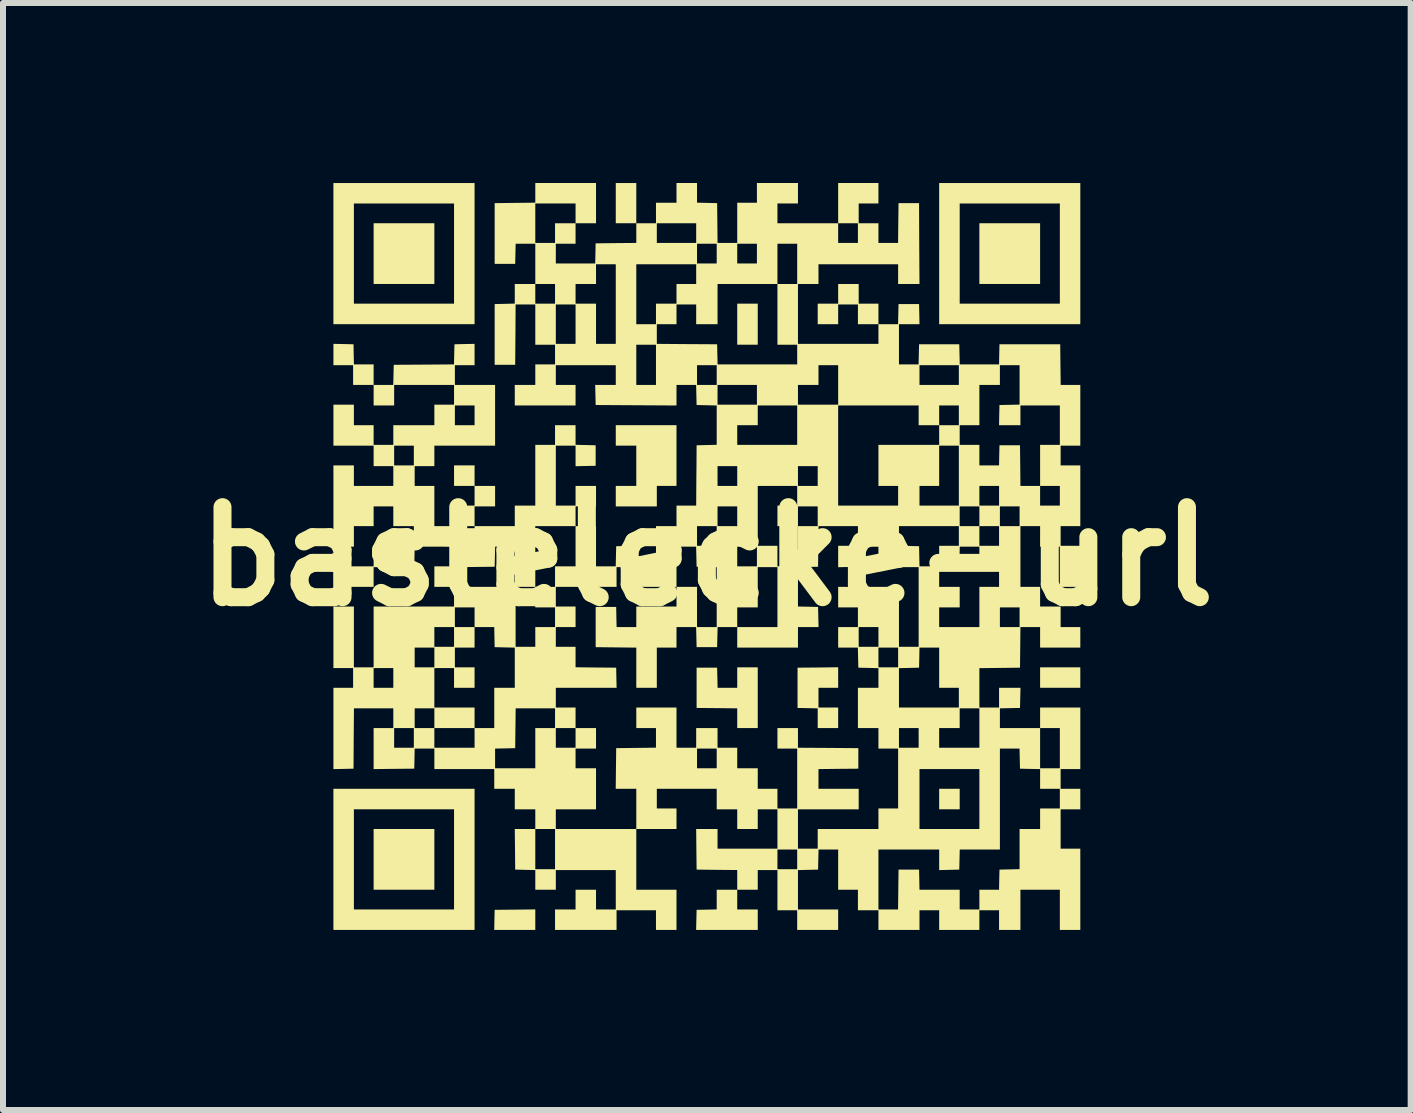
<source format=kicad_pcb>
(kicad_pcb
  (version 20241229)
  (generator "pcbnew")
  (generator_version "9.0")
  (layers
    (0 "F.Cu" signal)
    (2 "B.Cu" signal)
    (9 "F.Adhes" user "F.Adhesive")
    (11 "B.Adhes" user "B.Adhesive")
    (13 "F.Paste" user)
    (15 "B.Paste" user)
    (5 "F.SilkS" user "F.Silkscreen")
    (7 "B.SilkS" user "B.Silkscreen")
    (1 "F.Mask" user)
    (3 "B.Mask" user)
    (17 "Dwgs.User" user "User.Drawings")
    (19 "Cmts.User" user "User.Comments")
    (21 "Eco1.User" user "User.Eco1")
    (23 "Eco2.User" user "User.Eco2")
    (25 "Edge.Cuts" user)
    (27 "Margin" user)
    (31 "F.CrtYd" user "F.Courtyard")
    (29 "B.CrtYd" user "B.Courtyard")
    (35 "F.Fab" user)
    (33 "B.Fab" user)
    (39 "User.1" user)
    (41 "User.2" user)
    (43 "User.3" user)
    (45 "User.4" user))
  (footprint "bastelecke-url"
    (layer "F.Cu")
    (at 8.729 6.223)
    (property "Reference" "bastelecke-url" (at 0 0 0) (layer "F.SilkS") (effects (font (size 1.5 1.5) (thickness 0.3))))
    (attr board_only exclude_from_pos_files exclude_from_bom)
    (fp_poly (pts (xy -4.541 -5.047) (xy -4.541 -4.541) (xy -5.047 -4.541) (xy -5.553 -4.541) (xy -5.553 -5.047) (xy -5.553 -5.553) (xy -5.047 -5.553) (xy -4.541 -5.553)) (stroke (width 0) (type solid)) (fill yes) (layer "F.SilkS"))
    (fp_poly (pts (xy -4.541 5.047) (xy -4.541 5.553) (xy -5.047 5.553) (xy -5.553 5.553) (xy -5.553 5.047) (xy -5.553 4.541) (xy -5.047 4.541) (xy -4.541 4.541)) (stroke (width 0) (type solid)) (fill yes) (layer "F.SilkS"))
    (fp_poly (pts (xy -3.871 -1.347) (xy -3.871 -1.176) (xy -4.042 -1.176) (xy -4.213 -1.176) (xy -4.213 -1.347) (xy -4.213 -1.518) (xy -4.042 -1.518) (xy -3.871 -1.518)) (stroke (width 0) (type solid)) (fill yes) (layer "F.SilkS"))
    (fp_poly (pts (xy -2.859 6.052) (xy -2.859 6.223) (xy -3.201 6.223) (xy -3.543 6.223) (xy -3.54 6.056) (xy -3.536 5.888) (xy -3.197 5.885) (xy -2.859 5.881)) (stroke (width 0) (type solid)) (fill yes) (layer "F.SilkS"))
    (fp_poly (pts (xy 0.848 -3.871) (xy 0.848 -3.529) (xy 0.677 -3.529) (xy 0.506 -3.529) (xy 0.506 -3.871) (xy 0.506 -4.213) (xy 0.677 -4.213) (xy 0.848 -4.213)) (stroke (width 0) (type solid)) (fill yes) (layer "F.SilkS"))
    (fp_poly (pts (xy 4.213 4.042) (xy 4.213 4.213) (xy 4.042 4.213) (xy 3.871 4.213) (xy 3.871 4.042) (xy 3.871 3.871) (xy 4.042 3.871) (xy 4.213 3.871)) (stroke (width 0) (type solid)) (fill yes) (layer "F.SilkS"))
    (fp_poly (pts (xy 5.553 -5.047) (xy 5.553 -4.541) (xy 5.047 -4.541) (xy 4.541 -4.541) (xy 4.541 -5.047) (xy 4.541 -5.553) (xy 5.047 -5.553) (xy 5.553 -5.553)) (stroke (width 0) (type solid)) (fill yes) (layer "F.SilkS"))
    (fp_poly (pts (xy 6.223 2.018) (xy 6.223 2.188) (xy 5.888 2.188) (xy 5.553 2.188) (xy 5.553 2.018) (xy 5.553 1.847) (xy 5.888 1.847) (xy 6.223 1.847)) (stroke (width 0) (type solid)) (fill yes) (layer "F.SilkS"))
    (fp_poly (pts (xy -3.871 -5.047) (xy -3.871 -3.871) (xy -5.047 -3.871) (xy -6.223 -3.871) (xy -6.223 -5.047) (xy -6.223 -5.882) (xy -5.882 -5.882) (xy -5.882 -5.047) (xy -5.882 -4.213) (xy -5.047 -4.213) (xy -4.213 -4.213) (xy -4.213 -5.047) (xy -4.213 -5.882) (xy -5.047 -5.882) (xy -5.882 -5.882) (xy -6.223 -5.882) (xy -6.223 -6.223) (xy -5.047 -6.223) (xy -3.871 -6.223)) (stroke (width 0) (type solid)) (fill yes) (layer "F.SilkS"))
    (fp_poly (pts (xy -3.871 5.047) (xy -3.871 6.223) (xy -5.047 6.223) (xy -6.223 6.223) (xy -6.223 5.047) (xy -6.223 4.213) (xy -5.882 4.213) (xy -5.882 5.047) (xy -5.882 5.882) (xy -5.047 5.882) (xy -4.213 5.882) (xy -4.213 5.047) (xy -4.213 4.213) (xy -5.047 4.213) (xy -5.882 4.213) (xy -6.223 4.213) (xy -6.223 3.871) (xy -5.047 3.871) (xy -3.871 3.871)) (stroke (width 0) (type solid)) (fill yes) (layer "F.SilkS"))
    (fp_poly (pts (xy 6.223 -5.047) (xy 6.223 -3.871) (xy 5.047 -3.871) (xy 3.871 -3.871) (xy 3.871 -5.047) (xy 3.871 -5.882) (xy 4.213 -5.882) (xy 4.213 -5.047) (xy 4.213 -4.213) (xy 5.047 -4.213) (xy 5.882 -4.213) (xy 5.882 -5.047) (xy 5.882 -5.882) (xy 5.047 -5.882) (xy 4.213 -5.882) (xy 3.871 -5.882) (xy 3.871 -6.223) (xy 5.047 -6.223) (xy 6.223 -6.223)) (stroke (width 0) (type solid)) (fill yes) (layer "F.SilkS"))
    (fp_poly (pts (xy -0.506 -1.682) (xy -0.506 -1.176) (xy -0.67 -1.176) (xy -0.834 -1.176) (xy -0.834 -1.005) (xy -0.834 -0.834) (xy -1.176 -0.834) (xy -1.518 -0.834) (xy -1.518 -1.005) (xy -1.518 -1.176) (xy -1.347 -1.176) (xy -1.176 -1.176) (xy -1.176 -1.511) (xy -1.176 -1.847) (xy -1.347 -1.847) (xy -1.518 -1.847) (xy -1.518 -2.018) (xy -1.518 -2.188) (xy -1.012 -2.188) (xy -0.506 -2.188)) (stroke (width 0) (type solid)) (fill yes) (layer "F.SilkS"))
    (fp_poly (pts (xy 0.848 2.353) (xy 0.848 2.859) (xy 0.677 2.859) (xy 0.506 2.859) (xy 0.506 2.695) (xy 0.506 2.531) (xy 0.168 2.527) (xy -0.171 2.524) (xy -0.171 2.188) (xy -0.171 1.853) (xy 0 1.853) (xy 0.171 1.853) (xy 0.175 2.021) (xy 0.179 2.188) (xy 0.342 2.188) (xy 0.506 2.188) (xy 0.506 2.018) (xy 0.506 1.847) (xy 0.677 1.847) (xy 0.848 1.847)) (stroke (width 0) (type solid)) (fill yes) (layer "F.SilkS"))
    (fp_poly (pts (xy 2.188 2.017) (xy 2.188 2.188) (xy 2.024 2.188) (xy 1.86 2.188) (xy 1.86 2.353) (xy 1.86 2.517) (xy 2.024 2.517) (xy 2.188 2.517) (xy 2.188 2.688) (xy 2.188 2.859) (xy 2.018 2.859) (xy 1.847 2.859) (xy 1.847 2.695) (xy 1.847 2.531) (xy 1.679 2.527) (xy 1.511 2.524) (xy 1.511 2.188) (xy 1.511 1.853) (xy 1.85 1.85) (xy 2.188 1.846)) (stroke (width 0) (type solid)) (fill yes) (layer "F.SilkS"))
    (fp_poly (pts (xy -1.847 -5.888) (xy -1.847 -5.553) (xy -2.018 -5.553) (xy -2.188 -5.553) (xy -2.188 -5.382) (xy -2.188 -5.211) (xy -2.353 -5.211) (xy -2.517 -5.211) (xy -2.517 -5.047) (xy -2.517 -4.883) (xy -2.189 -4.883) (xy -1.861 -4.883) (xy -1.857 -5.051) (xy -1.854 -5.211) (xy -0.164 -5.211) (xy -0.164 -5.047) (xy -0.164 -4.883) (xy 0 -4.883) (xy 0.164 -4.883) (xy 0.164 -5.047) (xy 0.164 -5.211) (xy 0.506 -5.211) (xy 0.506 -5.047) (xy 0.506 -4.883) (xy 0.67 -4.883) (xy 0.834 -4.883) (xy 0.834 -5.047) (xy 0.834 -5.211) (xy 0.67 -5.211) (xy 0.506 -5.211) (xy 0.164 -5.211) (xy 0 -5.211) (xy -0.164 -5.211) (xy -1.854 -5.211) (xy -1.853 -5.218) (xy -1.515 -5.222) (xy -1.176 -5.225) (xy -1.176 -5.389) (xy -1.176 -5.553) (xy -1.347 -5.553) (xy -1.518 -5.553) (xy -1.518 -5.888) (xy -1.518 -6.223) (xy -1.347 -6.223) (xy -1.176 -6.223) (xy -1.176 -5.888) (xy -1.176 -5.553) (xy -1.012 -5.553) (xy -0.848 -5.553) (xy -0.834 -5.553) (xy -0.834 -5.389) (xy -0.834 -5.225) (xy -0.506 -5.225) (xy -0.178 -5.225) (xy -0.178 -5.389) (xy -0.178 -5.553) (xy -0.506 -5.553) (xy -0.834 -5.553) (xy -0.848 -5.553) (xy -0.848 -5.724) (xy -0.848 -5.895) (xy -0.677 -5.895) (xy -0.506 -5.895) (xy -0.506 -6.059) (xy -0.506 -6.223) (xy -0.335 -6.223) (xy -0.164 -6.223) (xy -0.164 -6.06) (xy -0.164 -5.896) (xy 0.003 -5.892) (xy 0.171 -5.888) (xy 0.175 -5.557) (xy 0.178 -5.225) (xy 0.342 -5.225) (xy 0.506 -5.225) (xy 0.506 -5.56) (xy 0.506 -5.895) (xy 0.67 -5.895) (xy 0.834 -5.895) (xy 0.834 -6.059) (xy 0.834 -6.223) (xy 1.176 -6.223) (xy 1.518 -6.223) (xy 1.518 -6.053) (xy 1.518 -5.882) (xy 1.347 -5.882) (xy 1.176 -5.882) (xy 1.176 -5.717) (xy 1.176 -5.553) (xy 1.682 -5.553) (xy 2.188 -5.553) (xy 2.188 -5.389) (xy 2.188 -5.225) (xy 2.353 -5.225) (xy 2.517 -5.225) (xy 2.517 -5.389) (xy 2.517 -5.553) (xy 2.353 -5.553) (xy 2.188 -5.553) (xy 2.188 -5.888) (xy 2.188 -6.223) (xy 2.524 -6.223) (xy 2.859 -6.223) (xy 2.859 -6.053) (xy 2.859 -5.882) (xy 2.695 -5.882) (xy 2.53 -5.882) (xy 2.53 -5.717) (xy 2.53 -5.553) (xy 2.695 -5.553) (xy 2.859 -5.553) (xy 2.859 -5.389) (xy 2.859 -5.225) (xy 3.023 -5.225) (xy 3.186 -5.225) (xy 3.19 -5.557) (xy 3.194 -5.888) (xy 3.365 -5.888) (xy 3.536 -5.888) (xy 3.539 -5.215) (xy 3.543 -4.541) (xy 3.365 -4.541) (xy 3.187 -4.541) (xy 3.187 -4.705) (xy 3.187 -4.869) (xy 2.524 -4.869) (xy 1.86 -4.869) (xy 1.86 -4.705) (xy 1.86 -4.541) (xy 1.689 -4.541) (xy 1.518 -4.541) (xy 1.518 -4.042) (xy 1.518 -3.543) (xy 2.188 -3.543) (xy 2.859 -3.543) (xy 2.859 -3.707) (xy 2.859 -3.871) (xy 2.688 -3.871) (xy 2.517 -3.871) (xy 2.517 -4.035) (xy 2.517 -4.199) (xy 2.353 -4.199) (xy 2.188 -4.199) (xy 2.188 -4.035) (xy 2.188 -3.871) (xy 2.018 -3.871) (xy 1.847 -3.871) (xy 1.847 -4.042) (xy 1.847 -4.213) (xy 2.018 -4.213) (xy 2.188 -4.213) (xy 2.188 -4.377) (xy 2.188 -4.541) (xy 2.359 -4.541) (xy 2.53 -4.541) (xy 2.53 -4.377) (xy 2.53 -4.213) (xy 2.695 -4.213) (xy 2.859 -4.213) (xy 2.859 -4.042) (xy 2.859 -3.871) (xy 3.022 -3.871) (xy 3.186 -3.871) (xy 3.19 -4.038) (xy 3.194 -4.206) (xy 3.365 -4.206) (xy 3.536 -4.206) (xy 3.54 -4.038) (xy 3.543 -3.871) (xy 3.372 -3.871) (xy 3.201 -3.871) (xy 3.201 -3.536) (xy 3.201 -3.201) (xy 3.364 -3.201) (xy 3.528 -3.201) (xy 3.532 -3.368) (xy 3.536 -3.536) (xy 3.871 -3.536) (xy 4.206 -3.536) (xy 4.21 -3.368) (xy 4.214 -3.201) (xy 4.541 -3.201) (xy 4.869 -3.201) (xy 4.872 -3.368) (xy 4.876 -3.536) (xy 5.382 -3.536) (xy 5.888 -3.536) (xy 5.892 -3.197) (xy 5.896 -2.859) (xy 6.06 -2.859) (xy 6.223 -2.859) (xy 6.223 -2.353) (xy 6.223 -1.847) (xy 6.059 -1.847) (xy 5.895 -1.847) (xy 5.895 -1.682) (xy 5.895 -1.518) (xy 6.059 -1.518) (xy 6.223 -1.518) (xy 6.223 -1.012) (xy 6.223 -0.506) (xy 6.059 -0.506) (xy 5.895 -0.506) (xy 5.895 -0.342) (xy 5.895 -0.178) (xy 6.059 -0.178) (xy 6.223 -0.178) (xy 6.223 0.164) (xy 6.223 0.506) (xy 6.053 0.506) (xy 5.882 0.506) (xy 5.882 0.171) (xy 5.882 -0.164) (xy 5.717 -0.164) (xy 5.553 -0.164) (xy 5.553 -0.335) (xy 5.553 -0.506) (xy 5.389 -0.506) (xy 5.225 -0.506) (xy 5.225 0) (xy 5.225 0.506) (xy 5.389 0.506) (xy 5.553 0.506) (xy 5.553 0.67) (xy 5.553 0.834) (xy 5.724 0.834) (xy 5.895 0.834) (xy 5.895 1.005) (xy 5.895 1.176) (xy 6.059 1.176) (xy 6.223 1.176) (xy 6.223 1.347) (xy 6.223 1.518) (xy 5.888 1.518) (xy 5.553 1.518) (xy 5.553 1.347) (xy 5.553 1.176) (xy 5.389 1.176) (xy 5.225 1.176) (xy 5.222 1.515) (xy 5.218 1.853) (xy 4.88 1.857) (xy 4.541 1.861) (xy 4.541 2.189) (xy 4.541 2.517) (xy 4.705 2.517) (xy 4.869 2.517) (xy 4.869 2.353) (xy 4.869 2.188) (xy 5.048 2.188) (xy 5.226 2.188) (xy 5.222 2.356) (xy 5.218 2.524) (xy 5.051 2.527) (xy 4.883 2.531) (xy 4.883 2.695) (xy 4.883 2.859) (xy 5.218 2.859) (xy 5.553 2.859) (xy 5.553 3.194) (xy 5.553 3.529) (xy 5.717 3.529) (xy 5.882 3.529) (xy 5.882 3.194) (xy 5.882 2.859) (xy 5.717 2.859) (xy 5.553 2.859) (xy 5.553 2.688) (xy 5.553 2.517) (xy 5.888 2.517) (xy 6.223 2.517) (xy 6.223 3.03) (xy 6.223 3.543) (xy 6.059 3.543) (xy 5.895 3.543) (xy 5.895 3.707) (xy 5.895 3.871) (xy 6.059 3.871) (xy 6.223 3.871) (xy 6.223 4.042) (xy 6.223 4.213) (xy 6.059 4.213) (xy 5.895 4.213) (xy 5.895 4.541) (xy 5.895 4.869) (xy 6.059 4.869) (xy 6.223 4.869) (xy 6.223 5.546) (xy 6.223 6.223) (xy 6.053 6.223) (xy 5.882 6.223) (xy 5.882 5.888) (xy 5.882 5.553) (xy 5.553 5.553) (xy 5.225 5.553) (xy 5.225 5.888) (xy 5.225 6.223) (xy 5.047 6.223) (xy 4.869 6.223) (xy 4.869 6.059) (xy 4.869 5.895) (xy 4.705 5.895) (xy 4.541 5.895) (xy 4.541 6.059) (xy 4.541 6.223) (xy 4.206 6.223) (xy 3.871 6.223) (xy 3.871 6.059) (xy 3.871 5.895) (xy 3.707 5.895) (xy 3.543 5.895) (xy 3.543 6.059) (xy 3.543 6.223) (xy 3.201 6.223) (xy 2.859 6.223) (xy 2.859 6.059) (xy 2.859 5.895) (xy 2.688 5.895) (xy 2.517 5.895) (xy 2.517 5.882) (xy 2.859 5.882) (xy 3.023 5.882) (xy 3.186 5.882) (xy 3.19 5.55) (xy 3.194 5.218) (xy 3.365 5.218) (xy 3.536 5.218) (xy 3.54 5.386) (xy 3.543 5.553) (xy 3.878 5.553) (xy 4.213 5.553) (xy 4.213 5.717) (xy 4.213 5.882) (xy 4.377 5.882) (xy 4.541 5.882) (xy 4.541 5.717) (xy 4.541 5.553) (xy 4.705 5.553) (xy 4.869 5.553) (xy 4.872 5.386) (xy 4.876 5.218) (xy 5.044 5.214) (xy 5.211 5.21) (xy 5.211 4.876) (xy 5.211 4.541) (xy 5.382 4.541) (xy 5.553 4.541) (xy 5.553 4.37) (xy 5.553 4.199) (xy 5.717 4.199) (xy 5.882 4.199) (xy 5.882 4.035) (xy 5.882 3.871) (xy 5.717 3.871) (xy 5.553 3.871) (xy 5.553 3.707) (xy 5.553 3.543) (xy 5.386 3.54) (xy 5.218 3.536) (xy 5.214 3.368) (xy 5.21 3.201) (xy 5.047 3.201) (xy 4.883 3.201) (xy 4.883 4.042) (xy 4.883 4.883) (xy 4.548 4.883) (xy 4.214 4.883) (xy 4.21 5.051) (xy 4.206 5.218) (xy 4.038 5.222) (xy 3.871 5.226) (xy 3.871 5.054) (xy 3.871 4.883) (xy 3.365 4.883) (xy 2.859 4.883) (xy 2.859 5.382) (xy 2.859 5.882) (xy 2.517 5.882) (xy 2.517 5.724) (xy 2.517 5.553) (xy 2.353 5.553) (xy 2.188 5.553) (xy 2.188 5.218) (xy 2.188 4.883) (xy 2.025 4.883) (xy 1.861 4.883) (xy 1.857 5.051) (xy 1.853 5.218) (xy 1.686 5.222) (xy 1.518 5.226) (xy 1.518 5.554) (xy 1.518 5.882) (xy 1.853 5.882) (xy 2.188 5.882) (xy 2.188 6.053) (xy 2.188 6.223) (xy 1.847 6.223) (xy 1.505 6.223) (xy 1.505 6.059) (xy 1.505 5.895) (xy 1.34 5.895) (xy 1.176 5.895) (xy 1.176 5.56) (xy 1.176 5.225) (xy 1.012 5.225) (xy 0.848 5.225) (xy 0.848 5.389) (xy 0.848 5.553) (xy 0.677 5.553) (xy 0.506 5.553) (xy 0.506 5.717) (xy 0.506 5.882) (xy 0.677 5.882) (xy 0.848 5.882) (xy 0.848 6.053) (xy 0.848 6.223) (xy 0.335 6.223) (xy -0.179 6.223) (xy -0.175 6.056) (xy -0.171 5.888) (xy -0.003 5.885) (xy 0.164 5.881) (xy 0.164 5.717) (xy 0.164 5.553) (xy 0.335 5.553) (xy 0.506 5.553) (xy 0.506 5.389) (xy 0.506 5.225) (xy 0.168 5.222) (xy -0.171 5.218) (xy -0.175 4.883) (xy 1.176 4.883) (xy 1.176 5.047) (xy 1.176 5.211) (xy 1.34 5.211) (xy 1.505 5.211) (xy 1.505 5.047) (xy 1.505 4.883) (xy 1.34 4.883) (xy 1.176 4.883) (xy -0.175 4.883) (xy -0.175 4.88) (xy -0.178 4.541) (xy -0.000239 4.541) (xy 0.178 4.541) (xy 0.178 4.705) (xy 0.178 4.869) (xy 0.677 4.869) (xy 1.176 4.869) (xy 1.176 4.541) (xy 1.176 4.213) (xy 1.012 4.213) (xy 0.848 4.213) (xy 0.848 4.377) (xy 0.848 4.541) (xy 0.677 4.541) (xy 0.506 4.541) (xy 0.506 4.377) (xy 0.506 4.213) (xy 0.335 4.213) (xy 0.164 4.213) (xy 0.164 4.042) (xy 0.164 3.871) (xy -0.335 3.871) (xy -0.834 3.871) (xy -0.834 4.035) (xy -0.834 4.199) (xy -0.67 4.199) (xy -0.506 4.199) (xy -0.506 4.37) (xy -0.506 4.541) (xy -0.841 4.541) (xy -1.176 4.541) (xy -1.176 5.047) (xy -1.176 5.553) (xy -0.841 5.553) (xy -0.506 5.553) (xy -0.506 5.888) (xy -0.506 6.223) (xy -0.677 6.223) (xy -0.848 6.223) (xy -0.848 6.059) (xy -0.848 5.895) (xy -1.176 5.895) (xy -1.505 5.895) (xy -1.505 6.059) (xy -1.505 6.223) (xy -2.018 6.223) (xy -2.53 6.223) (xy -2.53 6.053) (xy -2.53 5.882) (xy -2.359 5.882) (xy -2.188 5.882) (xy -2.188 5.717) (xy -2.188 5.553) (xy -2.018 5.553) (xy -1.847 5.553) (xy -1.847 5.717) (xy -1.847 5.882) (xy -1.682 5.882) (xy -1.518 5.882) (xy -1.518 5.553) (xy -1.518 5.225) (xy -2.018 5.225) (xy -2.517 5.225) (xy -2.517 5.389) (xy -2.517 5.553) (xy -2.688 5.553) (xy -2.859 5.553) (xy -2.859 5.39) (xy -2.859 5.226) (xy -3.026 5.222) (xy -3.194 5.218) (xy -3.197 4.88) (xy -3.201 4.541) (xy -3.03 4.541) (xy -2.859 4.541) (xy -2.859 4.876) (xy -2.859 5.211) (xy -2.695 5.211) (xy -2.53 5.211) (xy -2.53 4.876) (xy -2.53 4.541) (xy -2.517 4.541) (xy -1.847 4.541) (xy -1.176 4.541) (xy -1.176 4.206) (xy -1.176 3.871) (xy -1.348 3.871) (xy -1.519 3.871) (xy -1.515 3.532) (xy -1.511 3.201) (xy -0.164 3.201) (xy -0.164 3.365) (xy -0.164 3.529) (xy 0 3.529) (xy 0.164 3.529) (xy 0.164 3.365) (xy 0.164 3.201) (xy 0 3.201) (xy -0.164 3.201) (xy -1.511 3.201) (xy -1.511 3.194) (xy -1.18 3.19) (xy -0.848 3.186) (xy -0.848 3.023) (xy -0.848 2.859) (xy -1.012 2.859) (xy -1.176 2.859) (xy -1.176 2.688) (xy -1.176 2.517) (xy -0.841 2.517) (xy -0.506 2.517) (xy -0.506 2.852) (xy -0.506 3.187) (xy -0.342 3.187) (xy -0.178 3.187) (xy -0.178 3.023) (xy -0.178 2.859) (xy 0 2.859) (xy 0.178 2.859) (xy 0.178 3.023) (xy 0.178 3.187) (xy 0.342 3.187) (xy 0.506 3.187) (xy 0.506 3.358) (xy 0.506 3.529) (xy 0.677 3.529) (xy 0.848 3.529) (xy 0.848 3.7) (xy 0.848 3.871) (xy 1.012 3.871) (xy 1.176 3.871) (xy 1.176 4.035) (xy 1.176 4.199) (xy 1.34 4.199) (xy 1.505 4.199) (xy 1.505 3.7) (xy 1.505 3.201) (xy 1.34 3.201) (xy 1.176 3.201) (xy 1.176 3.03) (xy 1.176 2.859) (xy 1.347 2.859) (xy 1.518 2.859) (xy 1.518 3.023) (xy 1.518 3.187) (xy 2.021 3.19) (xy 2.524 3.194) (xy 2.524 3.365) (xy 2.524 3.536) (xy 2.192 3.539) (xy 1.86 3.543) (xy 1.86 3.707) (xy 1.86 3.871) (xy 2.195 3.871) (xy 2.53 3.871) (xy 2.53 4.042) (xy 2.53 4.213) (xy 2.024 4.213) (xy 1.518 4.213) (xy 1.518 4.541) (xy 1.518 4.869) (xy 1.682 4.869) (xy 1.847 4.869) (xy 1.847 4.705) (xy 1.847 4.541) (xy 2.353 4.541) (xy 2.859 4.541) (xy 2.859 4.37) (xy 2.859 4.199) (xy 3.023 4.199) (xy 3.187 4.199) (xy 3.187 3.7) (xy 3.187 3.543) (xy 3.543 3.543) (xy 3.543 4.042) (xy 3.543 4.541) (xy 4.042 4.541) (xy 4.541 4.541) (xy 4.541 4.042) (xy 4.541 3.543) (xy 4.042 3.543) (xy 3.543 3.543) (xy 3.187 3.543) (xy 3.187 3.201) (xy 3.023 3.201) (xy 2.859 3.201) (xy 2.859 3.03) (xy 2.859 2.859) (xy 3.201 2.859) (xy 3.201 3.023) (xy 3.201 3.187) (xy 3.365 3.187) (xy 3.529 3.187) (xy 3.871 3.187) (xy 4.206 3.187) (xy 4.541 3.187) (xy 4.541 2.859) (xy 4.541 2.53) (xy 4.377 2.53) (xy 4.213 2.53) (xy 4.213 2.695) (xy 4.213 2.859) (xy 4.042 2.859) (xy 3.871 2.859) (xy 3.871 3.023) (xy 3.871 3.187) (xy 3.529 3.187) (xy 3.529 3.023) (xy 3.529 2.859) (xy 3.365 2.859) (xy 3.201 2.859) (xy 2.859 2.859) (xy 2.688 2.859) (xy 2.517 2.859) (xy 2.517 2.524) (xy 2.517 2.517) (xy 3.201 2.517) (xy 3.7 2.517) (xy 4.199 2.517) (xy 4.199 2.353) (xy 4.199 2.188) (xy 4.035 2.188) (xy 3.871 2.188) (xy 3.871 1.853) (xy 3.871 1.518) (xy 3.707 1.518) (xy 3.543 1.518) (xy 3.54 1.686) (xy 3.536 1.853) (xy 3.368 1.857) (xy 3.201 1.861) (xy 3.201 2.189) (xy 3.201 2.517) (xy 2.517 2.517) (xy 2.517 2.188) (xy 2.688 2.188) (xy 2.859 2.188) (xy 2.859 2.025) (xy 2.859 1.861) (xy 2.691 1.857) (xy 2.524 1.853) (xy 2.52 1.686) (xy 2.516 1.518) (xy 2.859 1.518) (xy 2.859 1.682) (xy 2.859 1.847) (xy 3.023 1.847) (xy 3.187 1.847) (xy 3.187 1.682) (xy 3.187 1.518) (xy 3.023 1.518) (xy 2.859 1.518) (xy 2.516 1.518) (xy 2.352 1.518) (xy 2.188 1.518) (xy 2.188 1.347) (xy 2.188 1.176) (xy 2.353 1.176) (xy 2.517 1.176) (xy 2.53 1.176) (xy 2.53 1.34) (xy 2.53 1.505) (xy 2.695 1.505) (xy 2.859 1.505) (xy 2.859 1.34) (xy 2.859 1.176) (xy 2.695 1.176) (xy 2.53 1.176) (xy 2.517 1.176) (xy 2.517 1.012) (xy 2.517 0.848) (xy 2.353 0.848) (xy 2.188 0.848) (xy 2.188 0.677) (xy 2.188 0.506) (xy 2.695 0.506) (xy 3.201 0.506) (xy 3.201 1.005) (xy 3.201 1.505) (xy 3.365 1.505) (xy 3.529 1.505) (xy 3.529 1.176) (xy 3.871 1.176) (xy 4.206 1.176) (xy 4.541 1.176) (xy 4.541 0.848) (xy 4.883 0.848) (xy 4.883 1.012) (xy 4.883 1.176) (xy 5.047 1.176) (xy 5.211 1.176) (xy 5.211 1.012) (xy 5.211 0.848) (xy 5.047 0.848) (xy 4.883 0.848) (xy 4.541 0.848) (xy 4.541 0.841) (xy 4.541 0.506) (xy 4.705 0.506) (xy 4.869 0.506) (xy 4.869 0.342) (xy 4.869 0.178) (xy 4.705 0.178) (xy 4.541 0.178) (xy 4.541 0.007) (xy 4.541 -0.164) (xy 4.377 -0.164) (xy 4.214 -0.164) (xy 4.21 0.003) (xy 4.206 0.171) (xy 4.038 0.175) (xy 3.871 0.179) (xy 3.871 0.342) (xy 3.871 0.506) (xy 4.042 0.506) (xy 4.213 0.506) (xy 4.213 0.677) (xy 4.213 0.848) (xy 4.042 0.848) (xy 3.871 0.848) (xy 3.871 1.012) (xy 3.871 1.176) (xy 3.529 1.176) (xy 3.529 0.841) (xy 3.529 0.178) (xy 3.194 0.178) (xy 2.859 0.178) (xy 2.859 0.007) (xy 2.859 -0.164) (xy 2.695 -0.164) (xy 2.531 -0.164) (xy 2.527 0.003) (xy 2.524 0.171) (xy 2.356 0.175) (xy 2.188 0.179) (xy 2.188 0.000421) (xy 2.188 -0.178) (xy 2.353 -0.178) (xy 2.517 -0.178) (xy 2.517 -0.342) (xy 2.517 -0.506) (xy 3.201 -0.506) (xy 3.201 -0.342) (xy 3.201 -0.179) (xy 3.368 -0.175) (xy 3.536 -0.171) (xy 3.54 -0.003) (xy 3.543 0.164) (xy 3.707 0.164) (xy 3.871 0.164) (xy 3.871 -0.007) (xy 3.871 -0.178) (xy 4.035 -0.178) (xy 4.199 -0.178) (xy 4.199 -0.342) (xy 4.199 -0.506) (xy 3.7 -0.506) (xy 3.201 -0.506) (xy 2.517 -0.506) (xy 2.189 -0.506) (xy 1.861 -0.506) (xy 1.857 -0.168) (xy 1.853 0.171) (xy 1.686 0.175) (xy 1.518 0.179) (xy 1.518 0.506) (xy 1.518 0.834) (xy 1.686 0.837) (xy 1.853 0.841) (xy 1.857 1.009) (xy 1.861 1.176) (xy 1.69 1.176) (xy 1.518 1.176) (xy 1.518 1.347) (xy 1.518 1.518) (xy 1.012 1.518) (xy 0.506 1.518) (xy 0.506 1.347) (xy 0.506 1.176) (xy 0.841 1.176) (xy 1.176 1.176) (xy 1.176 0.677) (xy 1.176 0.178) (xy 1.012 0.178) (xy 0.848 0.178) (xy 0.848 0.513) (xy 0.848 0.848) (xy 0.677 0.848) (xy 0.506 0.848) (xy 0.506 1.012) (xy 0.506 1.176) (xy 0.342 1.176) (xy 0.179 1.176) (xy 0.175 1.344) (xy 0.171 1.511) (xy 0 1.511) (xy -0.171 1.511) (xy -0.175 1.344) (xy -0.179 1.176) (xy -0.342 1.176) (xy -0.506 1.176) (xy -0.506 1.347) (xy -0.506 1.518) (xy -0.67 1.518) (xy -0.834 1.518) (xy -0.834 1.853) (xy -0.834 2.188) (xy -1.005 2.188) (xy -1.176 2.188) (xy -1.176 1.854) (xy -1.176 1.519) (xy -1.515 1.515) (xy -1.853 1.511) (xy -1.853 1.176) (xy -1.853 0.841) (xy -1.682 0.841) (xy -1.511 0.841) (xy -1.508 1.009) (xy -1.504 1.176) (xy -1.34 1.176) (xy -1.176 1.176) (xy -1.176 1.005) (xy -1.176 0.834) (xy -0.841 0.834) (xy -0.506 0.834) (xy -0.506 0.67) (xy -0.506 0.506) (xy -0.335 0.506) (xy -0.164 0.506) (xy -0.164 0.841) (xy -0.164 1.176) (xy 0 1.176) (xy 0.164 1.176) (xy 0.164 0.677) (xy 0.164 0.179) (xy -0.003 0.175) (xy -0.171 0.171) (xy -0.175 0.003) (xy -0.179 -0.164) (xy 0.506 -0.164) (xy 0.506 0) (xy 0.506 0.164) (xy 0.67 0.164) (xy 0.834 0.164) (xy 0.834 0) (xy 0.834 -0.164) (xy 0.67 -0.164) (xy 0.506 -0.164) (xy -0.179 -0.164) (xy -0.342 -0.164) (xy -0.506 -0.164) (xy -0.506 0.171) (xy -0.506 0.506) (xy -0.841 0.506) (xy -1.176 0.506) (xy -1.176 0.342) (xy -1.176 0.178) (xy -1.34 0.178) (xy -1.505 0.178) (xy -1.505 0.342) (xy -1.505 0.506) (xy -2.011 0.506) (xy -2.517 0.506) (xy -2.517 0.67) (xy -2.517 0.834) (xy -2.353 0.834) (xy -2.188 0.834) (xy -2.188 1.005) (xy -2.188 1.176) (xy -2.353 1.176) (xy -2.517 1.176) (xy -2.517 1.34) (xy -2.517 1.505) (xy -2.353 1.505) (xy -2.188 1.505) (xy -2.188 1.675) (xy -2.188 1.846) (xy -1.85 1.85) (xy -1.511 1.853) (xy -1.508 2.021) (xy -1.504 2.188) (xy -2.01 2.188) (xy -2.517 2.188) (xy -2.517 2.353) (xy -2.517 2.517) (xy -2.353 2.517) (xy -2.188 2.517) (xy -2.188 2.688) (xy -2.188 2.859) (xy -2.353 2.859) (xy -2.517 2.859) (xy -2.517 3.023) (xy -2.517 3.187) (xy -2.353 3.187) (xy -2.188 3.187) (xy -2.188 3.023) (xy -2.188 2.859) (xy -2.018 2.859) (xy -1.847 2.859) (xy -1.847 3.03) (xy -1.847 3.201) (xy -2.018 3.201) (xy -2.188 3.201) (xy -2.188 3.365) (xy -2.188 3.529) (xy -2.018 3.529) (xy -1.847 3.529) (xy -1.847 3.871) (xy -1.847 4.213) (xy -2.182 4.213) (xy -2.517 4.213) (xy -2.517 4.377) (xy -2.517 4.541) (xy -2.53 4.541) (xy -2.695 4.541) (xy -2.859 4.541) (xy -2.859 4.377) (xy -2.859 4.213) (xy -3.03 4.213) (xy -3.201 4.213) (xy -3.201 4.042) (xy -3.201 3.871) (xy -3.372 3.871) (xy -3.543 3.871) (xy -3.543 3.707) (xy -3.543 3.543) (xy -4.042 3.543) (xy -4.541 3.543) (xy -4.541 3.529) (xy -3.529 3.529) (xy -3.194 3.529) (xy -2.859 3.529) (xy -2.859 3.194) (xy -2.859 2.859) (xy -2.695 2.859) (xy -2.53 2.859) (xy -2.53 2.695) (xy -2.53 2.53) (xy -2.858 2.53) (xy -3.186 2.53) (xy -3.19 2.862) (xy -3.194 3.194) (xy -3.361 3.198) (xy -3.529 3.201) (xy -3.529 3.365) (xy -3.529 3.529) (xy -4.541 3.529) (xy -4.541 3.372) (xy -4.541 3.201) (xy -4.705 3.201) (xy -4.869 3.201) (xy -4.872 3.368) (xy -4.876 3.536) (xy -5.215 3.539) (xy -5.553 3.543) (xy -5.553 3.201) (xy -5.553 2.859) (xy -5.389 2.859) (xy -5.225 2.859) (xy -5.211 2.859) (xy -5.211 3.023) (xy -5.211 3.187) (xy -5.047 3.187) (xy -4.883 3.187) (xy -4.883 3.023) (xy -4.883 2.859) (xy -4.869 2.859) (xy -4.705 2.859) (xy -4.541 2.859) (xy -4.541 3.023) (xy -4.541 3.187) (xy -4.206 3.187) (xy -3.871 3.187) (xy -3.871 3.023) (xy -3.871 2.859) (xy -3.707 2.859) (xy -3.543 2.859) (xy -3.543 2.524) (xy -3.543 2.188) (xy -3.372 2.188) (xy -3.201 2.188) (xy -3.201 1.854) (xy -3.201 1.519) (xy -3.368 1.515) (xy -3.536 1.511) (xy -3.54 1.344) (xy -3.543 1.176) (xy -3.707 1.176) (xy -3.871 1.176) (xy -3.871 1.347) (xy -3.871 1.518) (xy -4.035 1.518) (xy -4.199 1.518) (xy -4.199 1.682) (xy -4.199 1.847) (xy -4.035 1.847) (xy -3.871 1.847) (xy -3.871 2.018) (xy -3.871 2.188) (xy -4.042 2.188) (xy -4.213 2.188) (xy -4.213 2.024) (xy -4.213 1.86) (xy -4.377 1.86) (xy -4.541 1.86) (xy -4.541 2.188) (xy -4.541 2.517) (xy -4.206 2.517) (xy -3.871 2.517) (xy -3.871 2.688) (xy -3.871 2.859) (xy -4.206 2.859) (xy -4.541 2.859) (xy -4.541 2.695) (xy -4.541 2.53) (xy -4.705 2.53) (xy -4.869 2.53) (xy -4.869 2.695) (xy -4.869 2.859) (xy -4.883 2.859) (xy -5.047 2.859) (xy -5.211 2.859) (xy -5.225 2.859) (xy -5.225 2.695) (xy -5.225 2.53) (xy -5.553 2.53) (xy -5.881 2.53) (xy -5.885 3.033) (xy -5.888 3.536) (xy -6.056 3.54) (xy -6.223 3.543) (xy -6.223 2.866) (xy -6.223 2.188) (xy -6.059 2.188) (xy -5.895 2.188) (xy -5.895 2.024) (xy -5.895 1.86) (xy -5.553 1.86) (xy -5.553 2.024) (xy -5.553 2.188) (xy -5.389 2.188) (xy -5.225 2.188) (xy -5.225 2.024) (xy -5.225 1.86) (xy -5.389 1.86) (xy -5.553 1.86) (xy -5.895 1.86) (xy -6.059 1.86) (xy -6.223 1.86) (xy -6.223 1.347) (xy -6.223 0.834) (xy -6.053 0.834) (xy -5.882 0.834) (xy -5.882 1.34) (xy -5.882 1.847) (xy -5.717 1.847) (xy -5.553 1.847) (xy -5.553 1.518) (xy -4.869 1.518) (xy -4.869 1.682) (xy -4.869 1.847) (xy -4.705 1.847) (xy -4.541 1.847) (xy -4.541 1.682) (xy -4.541 1.518) (xy -4.705 1.518) (xy -4.869 1.518) (xy -5.553 1.518) (xy -5.553 1.34) (xy -5.553 1.176) (xy -4.541 1.176) (xy -4.541 1.34) (xy -4.541 1.505) (xy -4.377 1.505) (xy -4.213 1.505) (xy -4.213 1.34) (xy -4.213 1.176) (xy -4.377 1.176) (xy -4.541 1.176) (xy -5.553 1.176) (xy -5.553 0.848) (xy -4.199 0.848) (xy -4.199 1.012) (xy -4.199 1.176) (xy -4.035 1.176) (xy -3.871 1.176) (xy -3.871 1.012) (xy -3.871 0.848) (xy -4.035 0.848) (xy -4.199 0.848) (xy -5.553 0.848) (xy -5.553 0.834) (xy -4.883 0.834) (xy -4.213 0.834) (xy -4.213 0.67) (xy -4.213 0.506) (xy -4.199 0.506) (xy -3.7 0.506) (xy -3.201 0.506) (xy -3.201 0.171) (xy -3.201 -0.164) (xy -3.364 -0.164) (xy -3.528 -0.164) (xy -3.532 0.003) (xy -3.536 0.171) (xy -3.867 0.175) (xy -4.199 0.178) (xy -4.199 0.342) (xy -4.199 0.506) (xy -4.213 0.506) (xy -4.377 0.506) (xy -4.541 0.506) (xy -4.541 0.335) (xy -4.541 0.164) (xy -4.377 0.164) (xy -4.213 0.164) (xy -4.213 0) (xy -4.213 -0.164) (xy -4.541 -0.164) (xy -4.869 -0.164) (xy -4.872 0.003) (xy -4.876 0.171) (xy -5.215 0.175) (xy -5.553 0.178) (xy -5.553 0.342) (xy -5.553 0.506) (xy -5.888 0.506) (xy -6.223 0.506) (xy -6.223 0.335) (xy -6.223 0.164) (xy -5.888 0.164) (xy -5.553 0.164) (xy -5.553 -0.007) (xy -5.553 -0.178) (xy -5.218 -0.178) (xy -4.883 -0.178) (xy -4.883 -0.342) (xy -4.883 -0.506) (xy -5.054 -0.506) (xy -5.225 -0.506) (xy -5.225 -0.67) (xy -5.225 -0.834) (xy -5.389 -0.834) (xy -5.553 -0.834) (xy -5.553 -0.67) (xy -5.553 -0.506) (xy -5.717 -0.506) (xy -5.882 -0.506) (xy -5.882 -0.335) (xy -5.882 -0.164) (xy -6.053 -0.164) (xy -6.223 -0.164) (xy -6.223 -0.841) (xy -6.223 -1.518) (xy -6.053 -1.518) (xy -5.882 -1.518) (xy -5.882 -1.347) (xy -5.882 -1.176) (xy -5.553 -1.176) (xy -5.225 -1.176) (xy -5.225 -1.34) (xy -5.225 -1.505) (xy -5.389 -1.505) (xy -5.553 -1.505) (xy -5.553 -1.676) (xy -5.553 -1.847) (xy -5.211 -1.847) (xy -5.211 -1.682) (xy -5.211 -1.518) (xy -5.047 -1.518) (xy -4.883 -1.518) (xy -4.883 -1.682) (xy -4.883 -1.847) (xy -5.047 -1.847) (xy -5.211 -1.847) (xy -5.553 -1.847) (xy -5.888 -1.847) (xy -6.223 -1.847) (xy -6.223 -2.188) (xy -6.223 -2.53) (xy -6.053 -2.53) (xy -5.882 -2.53) (xy -5.882 -2.359) (xy -5.882 -2.188) (xy -5.717 -2.188) (xy -5.553 -2.188) (xy -5.553 -2.024) (xy -5.553 -1.86) (xy -5.389 -1.86) (xy -5.225 -1.86) (xy -5.225 -2.024) (xy -5.225 -2.188) (xy -4.883 -2.188) (xy -4.541 -2.188) (xy -4.541 -2.359) (xy -4.541 -2.517) (xy -4.199 -2.517) (xy -4.199 -2.353) (xy -4.199 -2.188) (xy -4.035 -2.188) (xy -3.871 -2.188) (xy -3.871 -2.353) (xy -3.871 -2.517) (xy -4.035 -2.517) (xy -4.199 -2.517) (xy -4.541 -2.517) (xy -4.541 -2.53) (xy -4.377 -2.53) (xy -4.213 -2.53) (xy -4.213 -2.695) (xy -4.213 -2.859) (xy -4.712 -2.859) (xy -5.211 -2.859) (xy -5.211 -2.688) (xy -5.211 -2.517) (xy -5.382 -2.517) (xy -5.553 -2.517) (xy -5.553 -2.688) (xy -5.553 -2.859) (xy -5.724 -2.859) (xy -5.895 -2.859) (xy -5.895 -3.023) (xy -5.895 -3.187) (xy -6.059 -3.187) (xy -6.223 -3.187) (xy -6.223 -3.365) (xy -6.223 -3.543) (xy -6.056 -3.54) (xy -5.888 -3.536) (xy -5.885 -3.368) (xy -5.881 -3.201) (xy -5.717 -3.201) (xy -5.553 -3.201) (xy -5.553 -3.03) (xy -5.553 -2.859) (xy -5.39 -2.859) (xy -5.226 -2.859) (xy -5.222 -3.026) (xy -5.218 -3.194) (xy -4.716 -3.197) (xy -4.214 -3.201) (xy -4.21 -3.368) (xy -4.206 -3.536) (xy -4.038 -3.54) (xy -3.871 -3.543) (xy -3.871 -3.365) (xy -3.871 -3.187) (xy -4.035 -3.187) (xy -4.199 -3.187) (xy -4.199 -3.023) (xy -4.199 -2.859) (xy -3.864 -2.859) (xy -3.529 -2.859) (xy -3.529 -2.353) (xy -3.529 -1.847) (xy -4.035 -1.847) (xy -4.541 -1.847) (xy -4.541 -1.676) (xy -4.541 -1.505) (xy -4.705 -1.505) (xy -4.869 -1.505) (xy -4.869 -1.34) (xy -4.869 -1.176) (xy -4.705 -1.176) (xy -4.541 -1.176) (xy -4.541 -0.841) (xy -4.541 -0.506) (xy -4.377 -0.506) (xy -4.213 -0.506) (xy -4.199 -0.506) (xy -4.199 -0.342) (xy -4.199 -0.178) (xy -4.035 -0.178) (xy -3.871 -0.178) (xy -3.871 -0.342) (xy -3.871 -0.506) (xy -4.035 -0.506) (xy -4.199 -0.506) (xy -4.213 -0.506) (xy -4.213 -0.677) (xy -4.213 -0.848) (xy -4.042 -0.848) (xy -3.871 -0.848) (xy -3.871 -1.012) (xy -3.871 -1.176) (xy -3.7 -1.176) (xy -3.529 -1.176) (xy -3.529 -1.005) (xy -3.529 -0.834) (xy -3.7 -0.834) (xy -3.871 -0.834) (xy -3.871 -0.67) (xy -3.871 -0.506) (xy -3.536 -0.506) (xy -3.201 -0.506) (xy -3.201 -0.677) (xy -3.201 -0.848) (xy -3.03 -0.848) (xy -2.859 -0.848) (xy -2.859 -1.354) (xy -2.859 -1.86) (xy -2.695 -1.86) (xy -2.53 -1.86) (xy -2.53 -2.024) (xy -2.53 -2.188) (xy -2.359 -2.188) (xy -2.188 -2.188) (xy -2.188 -2.025) (xy -2.188 -1.861) (xy -2.021 -1.857) (xy -1.853 -1.853) (xy -1.853 -1.682) (xy -1.853 -1.511) (xy -2.021 -1.508) (xy -2.188 -1.504) (xy -2.188 -1.675) (xy -2.188 -1.847) (xy -2.353 -1.847) (xy -2.517 -1.847) (xy -2.517 -1.347) (xy -2.517 -0.848) (xy -2.353 -0.848) (xy -2.188 -0.848) (xy -2.188 -1.012) (xy -2.188 -1.176) (xy -2.018 -1.176) (xy -1.847 -1.176) (xy -1.847 -1.005) (xy -1.847 -0.834) (xy -2.018 -0.834) (xy -2.188 -0.834) (xy -2.188 -0.67) (xy -2.188 -0.506) (xy -2.524 -0.506) (xy -2.859 -0.506) (xy -2.859 0) (xy -2.859 0.506) (xy -3.023 0.506) (xy -3.187 0.506) (xy -3.187 1.005) (xy -3.187 1.505) (xy -3.023 1.505) (xy -2.859 1.505) (xy -2.859 1.34) (xy -2.859 1.176) (xy -2.695 1.176) (xy -2.53 1.176) (xy -2.53 1.012) (xy -2.53 0.848) (xy -2.695 0.848) (xy -2.859 0.848) (xy -2.859 0.677) (xy -2.859 0.506) (xy -2.695 0.506) (xy -2.53 0.506) (xy -2.53 0.335) (xy -2.53 0.164) (xy -2.359 0.164) (xy -2.188 0.164) (xy -2.188 -0.171) (xy -2.188 -0.506) (xy -2.018 -0.506) (xy -1.847 -0.506) (xy -1.847 -0.171) (xy -1.847 0.164) (xy -1.683 0.164) (xy -1.519 0.164) (xy -1.515 -0.003) (xy -1.511 -0.171) (xy -1.344 -0.175) (xy -1.176 -0.179) (xy -1.176 -0.007) (xy -1.176 0.164) (xy -1.012 0.164) (xy -0.848 0.164) (xy -0.848 -0.171) (xy -0.848 -0.506) (xy -0.677 -0.506) (xy -0.506 -0.506) (xy -0.164 -0.506) (xy -0.164 -0.342) (xy -0.164 -0.178) (xy 0 -0.178) (xy 0.164 -0.178) (xy 0.164 -0.342) (xy 0.164 -0.506) (xy 0 -0.506) (xy -0.164 -0.506) (xy -0.506 -0.506) (xy -0.506 -0.677) (xy -0.506 -0.834) (xy 0.178 -0.834) (xy 0.178 -0.67) (xy 0.178 -0.506) (xy 0.342 -0.506) (xy 0.506 -0.506) (xy 0.506 -0.67) (xy 0.506 -0.834) (xy 0.342 -0.834) (xy 0.178 -0.834) (xy -0.506 -0.834) (xy -0.506 -0.848) (xy -0.342 -0.848) (xy -0.178 -0.848) (xy -0.175 -1.351) (xy -0.173 -1.505) (xy 0.178 -1.505) (xy 0.178 -1.34) (xy 0.178 -1.176) (xy 0.342 -1.176) (xy 0.506 -1.176) (xy 0.848 -1.176) (xy 0.848 -0.677) (xy 0.848 -0.178) (xy 1.012 -0.178) (xy 1.176 -0.178) (xy 1.176 -0.007) (xy 1.176 0.164) (xy 1.34 0.164) (xy 1.505 0.164) (xy 1.505 -0.171) (xy 1.505 -0.506) (xy 1.34 -0.506) (xy 1.176 -0.506) (xy 1.176 -0.677) (xy 1.176 -0.834) (xy 1.518 -0.834) (xy 1.518 -0.67) (xy 1.518 -0.506) (xy 1.682 -0.506) (xy 1.847 -0.506) (xy 1.847 -0.67) (xy 1.847 -0.834) (xy 4.213 -0.834) (xy 4.213 -0.67) (xy 4.213 -0.506) (xy 4.377 -0.506) (xy 4.541 -0.506) (xy 4.541 -0.342) (xy 4.541 -0.178) (xy 4.705 -0.178) (xy 4.869 -0.178) (xy 4.869 -0.342) (xy 4.869 -0.506) (xy 4.705 -0.506) (xy 4.541 -0.506) (xy 4.541 -0.67) (xy 4.541 -0.834) (xy 4.883 -0.834) (xy 4.883 -0.67) (xy 4.883 -0.506) (xy 5.047 -0.506) (xy 5.211 -0.506) (xy 5.211 -0.67) (xy 5.211 -0.834) (xy 5.047 -0.834) (xy 4.883 -0.834) (xy 4.541 -0.834) (xy 4.377 -0.834) (xy 4.213 -0.834) (xy 1.847 -0.834) (xy 1.682 -0.834) (xy 1.518 -0.834) (xy 1.176 -0.834) (xy 1.176 -0.848) (xy 1.34 -0.848) (xy 1.505 -0.848) (xy 1.505 -1.012) (xy 1.505 -1.176) (xy 1.176 -1.176) (xy 0.848 -1.176) (xy 0.506 -1.176) (xy 0.506 -1.34) (xy 0.506 -1.505) (xy 1.518 -1.505) (xy 1.518 -1.34) (xy 1.518 -1.176) (xy 1.682 -1.176) (xy 1.847 -1.176) (xy 1.847 -1.34) (xy 1.847 -1.505) (xy 1.682 -1.505) (xy 1.518 -1.505) (xy 0.506 -1.505) (xy 0.342 -1.505) (xy 0.178 -1.505) (xy -0.173 -1.505) (xy -0.171 -1.853) (xy -0.003 -1.857) (xy 0.127 -1.86) (xy 0.506 -1.86) (xy 1.005 -1.86) (xy 1.505 -1.86) (xy 1.505 -2.188) (xy 1.505 -2.517) (xy 2.188 -2.517) (xy 2.188 -1.682) (xy 2.188 -0.848) (xy 2.688 -0.848) (xy 3.187 -0.848) (xy 3.543 -0.848) (xy 3.871 -0.848) (xy 4.199 -0.848) (xy 4.199 -1.176) (xy 4.541 -1.176) (xy 4.541 -1.012) (xy 4.541 -0.848) (xy 4.705 -0.848) (xy 4.869 -0.848) (xy 4.869 -1.012) (xy 4.869 -1.176) (xy 4.705 -1.176) (xy 4.541 -1.176) (xy 4.199 -1.176) (xy 4.199 -1.347) (xy 4.199 -1.847) (xy 4.035 -1.847) (xy 3.871 -1.847) (xy 3.871 -1.511) (xy 3.871 -1.176) (xy 3.707 -1.176) (xy 3.543 -1.176) (xy 3.543 -1.012) (xy 3.543 -0.848) (xy 3.187 -0.848) (xy 3.187 -1.012) (xy 3.187 -1.176) (xy 3.023 -1.176) (xy 2.859 -1.176) (xy 2.859 -1.518) (xy 2.859 -1.86) (xy 3.365 -1.86) (xy 3.871 -1.86) (xy 4.213 -1.86) (xy 4.377 -1.86) (xy 4.541 -1.86) (xy 4.541 -1.689) (xy 4.541 -1.518) (xy 4.705 -1.518) (xy 4.869 -1.518) (xy 4.872 -1.686) (xy 4.876 -1.853) (xy 5.047 -1.853) (xy 5.218 -1.853) (xy 5.222 -1.515) (xy 5.225 -1.176) (xy 5.389 -1.176) (xy 5.553 -1.176) (xy 5.553 -1.012) (xy 5.553 -0.848) (xy 5.717 -0.848) (xy 5.882 -0.848) (xy 5.882 -1.012) (xy 5.882 -1.176) (xy 5.717 -1.176) (xy 5.553 -1.176) (xy 5.553 -1.518) (xy 5.553 -1.86) (xy 5.717 -1.86) (xy 5.882 -1.86) (xy 5.882 -2.188) (xy 5.882 -2.517) (xy 5.553 -2.517) (xy 5.225 -2.517) (xy 5.225 -2.353) (xy 5.225 -2.188) (xy 5.047 -2.188) (xy 4.869 -2.188) (xy 4.872 -2.356) (xy 4.876 -2.524) (xy 5.044 -2.527) (xy 5.211 -2.531) (xy 5.211 -2.859) (xy 5.211 -3.187) (xy 5.047 -3.187) (xy 4.883 -3.187) (xy 4.883 -3.023) (xy 4.883 -2.859) (xy 4.712 -2.859) (xy 4.541 -2.859) (xy 4.541 -2.524) (xy 4.541 -2.188) (xy 4.377 -2.188) (xy 4.213 -2.188) (xy 4.213 -2.024) (xy 4.213 -1.86) (xy 3.871 -1.86) (xy 3.871 -2.024) (xy 3.871 -2.188) (xy 4.035 -2.188) (xy 4.199 -2.188) (xy 4.199 -2.353) (xy 4.199 -2.517) (xy 4.035 -2.517) (xy 3.871 -2.517) (xy 3.871 -2.353) (xy 3.871 -2.188) (xy 3.7 -2.188) (xy 3.529 -2.188) (xy 3.529 -2.353) (xy 3.529 -2.517) (xy 2.859 -2.517) (xy 2.188 -2.517) (xy 1.505 -2.517) (xy 1.176 -2.517) (xy 0.848 -2.517) (xy 0.848 -2.353) (xy 0.848 -2.188) (xy 0.677 -2.188) (xy 0.506 -2.188) (xy 0.506 -2.024) (xy 0.506 -1.86) (xy 0.127 -1.86) (xy 0.164 -1.861) (xy 0.164 -2.188) (xy 0.164 -2.516) (xy -0.003 -2.52) (xy -0.171 -2.524) (xy -0.175 -2.691) (xy -0.179 -2.859) (xy -0.342 -2.859) (xy -0.506 -2.859) (xy -0.506 -2.688) (xy -0.506 -2.516) (xy -1.18 -2.52) (xy -1.853 -2.524) (xy -1.857 -2.691) (xy -1.861 -2.859) (xy -1.69 -2.859) (xy -1.518 -2.859) (xy -1.518 -3.023) (xy -1.518 -3.187) (xy -2.018 -3.187) (xy -2.517 -3.187) (xy -2.517 -3.023) (xy -2.517 -2.859) (xy -2.353 -2.859) (xy -2.188 -2.859) (xy -2.188 -2.688) (xy -2.188 -2.517) (xy -2.695 -2.517) (xy -3.201 -2.517) (xy -3.201 -2.688) (xy -3.201 -2.859) (xy -3.03 -2.859) (xy -2.859 -2.859) (xy -2.859 -3.03) (xy -2.859 -3.201) (xy -2.695 -3.201) (xy -2.53 -3.201) (xy -2.53 -3.365) (xy -2.53 -3.529) (xy -1.176 -3.529) (xy -1.176 -3.194) (xy -1.176 -2.859) (xy -1.012 -2.859) (xy -0.848 -2.859) (xy -0.848 -3.187) (xy -0.164 -3.187) (xy -0.164 -3.023) (xy -0.164 -2.859) (xy 0 -2.859) (xy 0.164 -2.859) (xy 0.178 -2.859) (xy 0.178 -2.695) (xy 0.178 -2.53) (xy 0.506 -2.53) (xy 0.834 -2.53) (xy 1.518 -2.53) (xy 1.853 -2.53) (xy 2.188 -2.53) (xy 2.188 -2.859) (xy 2.188 -3.187) (xy 3.543 -3.187) (xy 3.543 -3.023) (xy 3.543 -2.859) (xy 3.871 -2.859) (xy 4.199 -2.859) (xy 4.199 -3.023) (xy 4.199 -3.187) (xy 3.871 -3.187) (xy 3.543 -3.187) (xy 2.188 -3.187) (xy 2.024 -3.187) (xy 1.86 -3.187) (xy 1.86 -3.023) (xy 1.86 -2.859) (xy 1.689 -2.859) (xy 1.518 -2.859) (xy 1.518 -2.695) (xy 1.518 -2.53) (xy 0.834 -2.53) (xy 0.834 -2.695) (xy 0.834 -2.859) (xy 0.506 -2.859) (xy 0.178 -2.859) (xy 0.164 -2.859) (xy 0.164 -3.023) (xy 0.164 -3.187) (xy 0 -3.187) (xy -0.164 -3.187) (xy -0.848 -3.187) (xy -0.848 -3.194) (xy -0.848 -3.529) (xy -1.012 -3.529) (xy -1.176 -3.529) (xy -2.53 -3.529) (xy -2.695 -3.529) (xy -2.859 -3.529) (xy -2.859 -3.864) (xy -2.859 -4.199) (xy -2.517 -4.199) (xy -2.517 -3.871) (xy -2.517 -3.543) (xy -2.353 -3.543) (xy -2.188 -3.543) (xy -2.188 -3.871) (xy -2.188 -4.199) (xy -2.353 -4.199) (xy -2.517 -4.199) (xy -2.859 -4.199) (xy -3.023 -4.199) (xy -3.187 -4.199) (xy -3.19 -3.696) (xy -3.194 -3.194) (xy -3.365 -3.194) (xy -3.536 -3.194) (xy -3.536 -3.7) (xy -3.536 -4.206) (xy -3.368 -4.21) (xy -3.201 -4.214) (xy -3.201 -4.377) (xy -3.201 -4.541) (xy -3.03 -4.541) (xy -2.859 -4.541) (xy -2.859 -4.377) (xy -2.859 -4.213) (xy -2.695 -4.213) (xy -2.53 -4.213) (xy -2.188 -4.213) (xy -2.018 -4.213) (xy -1.847 -4.213) (xy -1.847 -3.878) (xy -1.847 -3.543) (xy -1.682 -3.543) (xy -1.518 -3.543) (xy -1.518 -3.543) (xy -0.834 -3.543) (xy -0.332 -3.539) (xy 0.171 -3.536) (xy 0.175 -3.368) (xy 0.179 -3.201) (xy 0.842 -3.201) (xy 1.505 -3.201) (xy 1.505 -3.365) (xy 1.505 -3.529) (xy 1.34 -3.529) (xy 1.176 -3.529) (xy 1.176 -4.035) (xy 1.176 -4.541) (xy 1.34 -4.541) (xy 1.505 -4.541) (xy 1.505 -4.876) (xy 1.505 -5.211) (xy 1.34 -5.211) (xy 1.176 -5.211) (xy 1.176 -4.876) (xy 1.176 -4.541) (xy 0.677 -4.541) (xy 0.178 -4.541) (xy 0.178 -4.206) (xy 0.178 -3.871) (xy 0 -3.871) (xy -0.178 -3.871) (xy -0.178 -4.035) (xy -0.178 -4.199) (xy -0.342 -4.199) (xy -0.506 -4.199) (xy -0.506 -4.035) (xy -0.506 -3.871) (xy -0.67 -3.871) (xy -0.834 -3.871) (xy -0.834 -3.707) (xy -0.834 -3.543) (xy -1.518 -3.543) (xy -1.518 -4.206) (xy -1.518 -4.869) (xy -1.176 -4.869) (xy -1.176 -4.37) (xy -1.176 -3.871) (xy -1.012 -3.871) (xy -0.848 -3.871) (xy -0.848 -4.042) (xy -0.848 -4.213) (xy -0.677 -4.213) (xy -0.506 -4.213) (xy -0.506 -4.377) (xy -0.506 -4.541) (xy -0.342 -4.541) (xy -0.178 -4.541) (xy -0.178 -4.705) (xy -0.178 -4.869) (xy -0.677 -4.869) (xy -1.176 -4.869) (xy -1.518 -4.869) (xy -1.682 -4.869) (xy -1.847 -4.869) (xy -1.847 -4.705) (xy -1.847 -4.541) (xy -2.018 -4.541) (xy -2.188 -4.541) (xy -2.188 -4.377) (xy -2.188 -4.213) (xy -2.53 -4.213) (xy -2.53 -4.377) (xy -2.53 -4.541) (xy -2.695 -4.541) (xy -2.859 -4.541) (xy -2.859 -4.876) (xy -2.859 -5.211) (xy -3.022 -5.211) (xy -3.186 -5.211) (xy -3.19 -5.044) (xy -3.194 -4.876) (xy -3.365 -4.876) (xy -3.536 -4.876) (xy -3.536 -5.382) (xy -3.536 -5.882) (xy -2.859 -5.882) (xy -2.859 -5.553) (xy -2.859 -5.225) (xy -2.695 -5.225) (xy -2.53 -5.225) (xy -2.53 -5.389) (xy -2.53 -5.553) (xy -2.359 -5.553) (xy -2.188 -5.553) (xy -2.188 -5.717) (xy -2.188 -5.882) (xy -2.524 -5.882) (xy -2.859 -5.882) (xy -3.536 -5.882) (xy -3.536 -5.888) (xy -3.197 -5.892) (xy -2.859 -5.896) (xy -2.859 -6.06) (xy -2.859 -6.223) (xy -2.353 -6.223) (xy -1.847 -6.223)) (stroke (width 0) (type solid)) (fill yes) (layer "F.SilkS")))
  (gr_rect
    (start -3 -3)
    (end 20.457 15.447)
    (stroke (width 0.1) (type default))
    (fill no)
    (layer "Edge.Cuts")))
</source>
